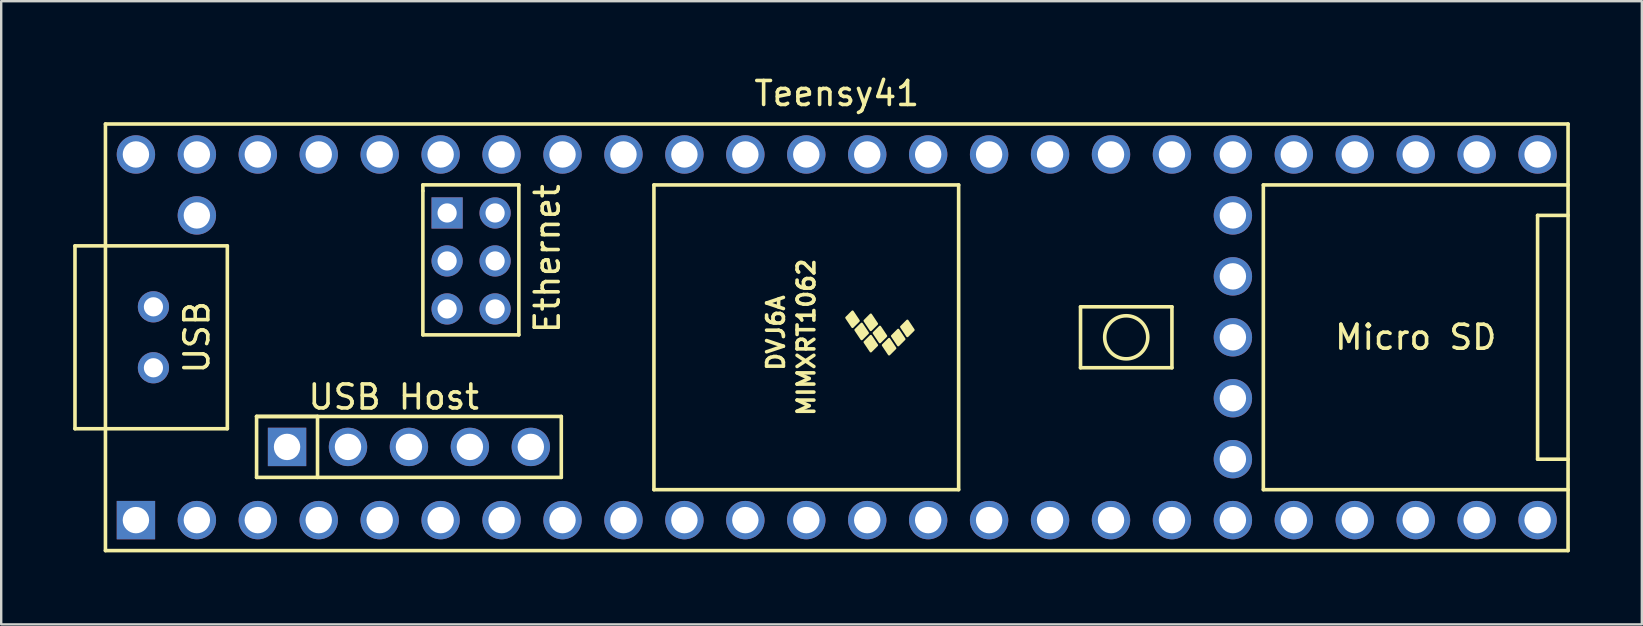
<source format=kicad_pcb>
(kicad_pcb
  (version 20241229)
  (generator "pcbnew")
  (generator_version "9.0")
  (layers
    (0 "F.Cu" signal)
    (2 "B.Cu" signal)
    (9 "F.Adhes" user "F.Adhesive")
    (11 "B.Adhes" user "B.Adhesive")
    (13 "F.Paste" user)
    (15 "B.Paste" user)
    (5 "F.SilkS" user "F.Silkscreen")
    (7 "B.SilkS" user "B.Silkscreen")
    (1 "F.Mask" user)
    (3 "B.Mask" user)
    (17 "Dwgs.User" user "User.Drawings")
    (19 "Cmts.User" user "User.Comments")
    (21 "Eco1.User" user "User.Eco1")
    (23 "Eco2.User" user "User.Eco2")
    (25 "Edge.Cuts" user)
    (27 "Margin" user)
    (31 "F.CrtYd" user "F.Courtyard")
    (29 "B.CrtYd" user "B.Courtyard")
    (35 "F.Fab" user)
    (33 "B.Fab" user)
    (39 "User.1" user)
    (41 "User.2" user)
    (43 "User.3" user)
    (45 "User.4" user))
  (footprint "Teensy41"
    (layer "F.Cu")
    (at 31.825 11.008)
    (property "Reference" "Teensy41" (at 0 -10.16 0) (layer "F.SilkS") (effects (font (size 1 1) (thickness 0.15))))
    (attr through_hole)
    (fp_line (start -31.75 -3.81) (end -30.48 -3.81) (stroke (width 0.15) (type solid)) (layer "F.SilkS"))
    (fp_line (start -31.75 3.81) (end -31.75 -3.81) (stroke (width 0.15) (type solid)) (layer "F.SilkS"))
    (fp_line (start -30.48 -8.89) (end 30.48 -8.89) (stroke (width 0.15) (type solid)) (layer "F.SilkS"))
    (fp_line (start -30.48 3.81) (end -31.75 3.81) (stroke (width 0.15) (type solid)) (layer "F.SilkS"))
    (fp_line (start -30.48 8.89) (end -30.48 -8.89) (stroke (width 0.15) (type solid)) (layer "F.SilkS"))
    (fp_line (start -25.4 -3.81) (end -30.48 -3.81) (stroke (width 0.15) (type solid)) (layer "F.SilkS"))
    (fp_line (start -25.4 3.81) (end -30.48 3.81) (stroke (width 0.15) (type solid)) (layer "F.SilkS"))
    (fp_line (start -25.4 3.81) (end -25.4 -3.81) (stroke (width 0.15) (type solid)) (layer "F.SilkS"))
    (fp_line (start -24.181 3.299) (end -21.641 3.299) (stroke (width 0.15) (type solid)) (layer "F.SilkS"))
    (fp_line (start -24.181 3.299) (end -11.481 3.299) (stroke (width 0.15) (type solid)) (layer "F.SilkS"))
    (fp_line (start -24.181 5.839) (end -24.181 3.299) (stroke (width 0.15) (type solid)) (layer "F.SilkS"))
    (fp_line (start -21.641 3.299) (end -21.641 5.839) (stroke (width 0.15) (type solid)) (layer "F.SilkS"))
    (fp_line (start -17.25 -6.352) (end -17.25 -6.102) (stroke (width 0.15) (type solid)) (layer "F.SilkS"))
    (fp_line (start -17.25 -6.102) (end -17.25 -0.102) (stroke (width 0.15) (type solid)) (layer "F.SilkS"))
    (fp_line (start -17.25 -0.102) (end -13.25 -0.102) (stroke (width 0.15) (type solid)) (layer "F.SilkS"))
    (fp_line (start -13.25 -6.352) (end -17.25 -6.352) (stroke (width 0.15) (type solid)) (layer "F.SilkS"))
    (fp_line (start -13.25 -0.102) (end -13.25 -6.352) (stroke (width 0.15) (type solid)) (layer "F.SilkS"))
    (fp_line (start -11.481 3.299) (end -11.481 5.839) (stroke (width 0.15) (type solid)) (layer "F.SilkS"))
    (fp_line (start -11.481 5.839) (end -24.181 5.839) (stroke (width 0.15) (type solid)) (layer "F.SilkS"))
    (fp_line (start -7.62 -6.35) (end -7.62 6.35) (stroke (width 0.15) (type solid)) (layer "F.SilkS"))
    (fp_line (start -7.62 6.35) (end 5.08 6.35) (stroke (width 0.15) (type solid)) (layer "F.SilkS"))
    (fp_line (start 5.08 -6.35) (end -7.62 -6.35) (stroke (width 0.15) (type solid)) (layer "F.SilkS"))
    (fp_line (start 5.08 6.35) (end 5.08 -6.35) (stroke (width 0.15) (type solid)) (layer "F.SilkS"))
    (fp_line (start 10.16 -1.27) (end 13.97 -1.27) (stroke (width 0.15) (type solid)) (layer "F.SilkS"))
    (fp_line (start 10.16 1.27) (end 10.16 -1.27) (stroke (width 0.15) (type solid)) (layer "F.SilkS"))
    (fp_line (start 13.97 -1.27) (end 13.97 1.27) (stroke (width 0.15) (type solid)) (layer "F.SilkS"))
    (fp_line (start 13.97 1.27) (end 10.16 1.27) (stroke (width 0.15) (type solid)) (layer "F.SilkS"))
    (fp_line (start 17.78 -6.35) (end 17.78 6.35) (stroke (width 0.15) (type solid)) (layer "F.SilkS"))
    (fp_line (start 17.78 6.35) (end 30.48 6.35) (stroke (width 0.15) (type solid)) (layer "F.SilkS"))
    (fp_line (start 29.21 -5.08) (end 29.21 5.08) (stroke (width 0.15) (type solid)) (layer "F.SilkS"))
    (fp_line (start 29.21 5.08) (end 30.48 5.08) (stroke (width 0.15) (type solid)) (layer "F.SilkS"))
    (fp_line (start 30.48 -8.89) (end 30.48 8.89) (stroke (width 0.15) (type solid)) (layer "F.SilkS"))
    (fp_line (start 30.48 -6.35) (end 17.78 -6.35) (stroke (width 0.15) (type solid)) (layer "F.SilkS"))
    (fp_line (start 30.48 -5.08) (end 29.21 -5.08) (stroke (width 0.15) (type solid)) (layer "F.SilkS"))
    (fp_line (start 30.48 8.89) (end -30.48 8.89) (stroke (width 0.15) (type solid)) (layer "F.SilkS"))
    (fp_circle (center 12.065 0) (end 12.7 -0.635) (stroke (width 0.15) (type solid)) (fill no) (layer "F.SilkS"))
    (fp_poly (pts (xy 0.911 -0.688) (xy 0.657 -0.434) (xy 0.403 -0.815) (xy 0.657 -1.069)) (stroke (width 0.1) (type solid)) (fill yes) (layer "F.SilkS"))
    (fp_poly (pts (xy 1.292 -0.18) (xy 1.038 0.074) (xy 0.784 -0.307) (xy 1.038 -0.561)) (stroke (width 0.1) (type solid)) (fill yes) (layer "F.SilkS"))
    (fp_poly (pts (xy 1.673 -0.561) (xy 1.419 -0.307) (xy 1.165 -0.688) (xy 1.419 -0.942)) (stroke (width 0.1) (type solid)) (fill yes) (layer "F.SilkS"))
    (fp_poly (pts (xy 1.673 0.328) (xy 1.419 0.582) (xy 1.165 0.201) (xy 1.419 -0.053)) (stroke (width 0.1) (type solid)) (fill yes) (layer "F.SilkS"))
    (fp_poly (pts (xy 2.054 -0.053) (xy 1.8 0.201) (xy 1.546 -0.18) (xy 1.8 -0.434)) (stroke (width 0.1) (type solid)) (fill yes) (layer "F.SilkS"))
    (fp_poly (pts (xy 2.435 0.455) (xy 2.181 0.709) (xy 1.927 0.328) (xy 2.181 0.074)) (stroke (width 0.1) (type solid)) (fill yes) (layer "F.SilkS"))
    (fp_poly (pts (xy 2.816 0.074) (xy 2.562 0.328) (xy 2.308 -0.053) (xy 2.562 -0.307)) (stroke (width 0.1) (type solid)) (fill yes) (layer "F.SilkS"))
    (fp_poly (pts (xy 3.197 -0.307) (xy 2.943 -0.053) (xy 2.689 -0.434) (xy 2.943 -0.688)) (stroke (width 0.1) (type solid)) (fill yes) (layer "F.SilkS"))
    (fp_text user "USB Host" (at -18.466 2.489 0) (layer "F.SilkS") (effects (font (size 1 1) (thickness 0.15))))
    (fp_text user "Micro SD" (at 24.13 0 0) (layer "F.SilkS") (effects (font (size 1 1) (thickness 0.15))))
    (fp_text user "USB" (at -26.67 0 270) (layer "F.SilkS") (effects (font (size 1 1) (thickness 0.15))))
    (fp_text user "Ethernet" (at -12.065 -3.277 90) (layer "F.SilkS") (effects (font (size 1 1) (thickness 0.15))))
    (fp_text user "DVJ6A" (at -2.54 -0.18 270) (layer "F.SilkS") (effects (font (size 0.7 0.7) (thickness 0.15))))
    (fp_text user "MIMXRT1062" (at -1.27 0 270) (layer "F.SilkS") (effects (font (size 0.7 0.7) (thickness 0.15))))
    (pad "1" thru_hole rect (at -29.21 7.62) (size 1.6 1.6) (drill 1.1) (layers "*.Cu" "*.Mask"))
    (pad "2" thru_hole circle (at -26.67 7.62) (size 1.6 1.6) (drill 1.1) (layers "*.Cu" "*.Mask"))
    (pad "3" thru_hole circle (at -24.13 7.62) (size 1.6 1.6) (drill 1.1) (layers "*.Cu" "*.Mask"))
    (pad "4" thru_hole circle (at -21.59 7.62) (size 1.6 1.6) (drill 1.1) (layers "*.Cu" "*.Mask"))
    (pad "5" thru_hole circle (at -19.05 7.62) (size 1.6 1.6) (drill 1.1) (layers "*.Cu" "*.Mask"))
    (pad "6" thru_hole circle (at -16.51 7.62) (size 1.6 1.6) (drill 1.1) (layers "*.Cu" "*.Mask"))
    (pad "7" thru_hole circle (at -13.97 7.62) (size 1.6 1.6) (drill 1.1) (layers "*.Cu" "*.Mask"))
    (pad "8" thru_hole circle (at -11.43 7.62) (size 1.6 1.6) (drill 1.1) (layers "*.Cu" "*.Mask"))
    (pad "9" thru_hole circle (at -8.89 7.62) (size 1.6 1.6) (drill 1.1) (layers "*.Cu" "*.Mask"))
    (pad "10" thru_hole circle (at -6.35 7.62) (size 1.6 1.6) (drill 1.1) (layers "*.Cu" "*.Mask"))
    (pad "11" thru_hole circle (at -3.81 7.62) (size 1.6 1.6) (drill 1.1) (layers "*.Cu" "*.Mask"))
    (pad "12" thru_hole circle (at -1.27 7.62) (size 1.6 1.6) (drill 1.1) (layers "*.Cu" "*.Mask"))
    (pad "13" thru_hole circle (at 1.27 7.62) (size 1.6 1.6) (drill 1.1) (layers "*.Cu" "*.Mask"))
    (pad "14" thru_hole circle (at 3.81 7.62) (size 1.6 1.6) (drill 1.1) (layers "*.Cu" "*.Mask"))
    (pad "15" thru_hole circle (at 6.35 7.62) (size 1.6 1.6) (drill 1.1) (layers "*.Cu" "*.Mask"))
    (pad "16" thru_hole circle (at 8.89 7.62) (size 1.6 1.6) (drill 1.1) (layers "*.Cu" "*.Mask"))
    (pad "17" thru_hole circle (at 11.43 7.62) (size 1.6 1.6) (drill 1.1) (layers "*.Cu" "*.Mask"))
    (pad "18" thru_hole circle (at 13.97 7.62) (size 1.6 1.6) (drill 1.1) (layers "*.Cu" "*.Mask"))
    (pad "19" thru_hole circle (at 16.51 7.62) (size 1.6 1.6) (drill 1.1) (layers "*.Cu" "*.Mask"))
    (pad "20" thru_hole circle (at 19.05 7.62) (size 1.6 1.6) (drill 1.1) (layers "*.Cu" "*.Mask"))
    (pad "21" thru_hole circle (at 21.59 7.62) (size 1.6 1.6) (drill 1.1) (layers "*.Cu" "*.Mask"))
    (pad "22" thru_hole circle (at 24.13 7.62) (size 1.6 1.6) (drill 1.1) (layers "*.Cu" "*.Mask"))
    (pad "23" thru_hole circle (at 26.67 7.62) (size 1.6 1.6) (drill 1.1) (layers "*.Cu" "*.Mask"))
    (pad "24" thru_hole circle (at 29.21 7.62) (size 1.6 1.6) (drill 1.1) (layers "*.Cu" "*.Mask"))
    (pad "25" thru_hole circle (at 29.21 -7.62) (size 1.6 1.6) (drill 1.1) (layers "*.Cu" "*.Mask"))
    (pad "26" thru_hole circle (at 26.67 -7.62) (size 1.6 1.6) (drill 1.1) (layers "*.Cu" "*.Mask"))
    (pad "27" thru_hole circle (at 24.13 -7.62) (size 1.6 1.6) (drill 1.1) (layers "*.Cu" "*.Mask"))
    (pad "28" thru_hole circle (at 21.59 -7.62) (size 1.6 1.6) (drill 1.1) (layers "*.Cu" "*.Mask"))
    (pad "29" thru_hole circle (at 19.05 -7.62) (size 1.6 1.6) (drill 1.1) (layers "*.Cu" "*.Mask"))
    (pad "30" thru_hole circle (at 16.51 -7.62) (size 1.6 1.6) (drill 1.1) (layers "*.Cu" "*.Mask"))
    (pad "31" thru_hole circle (at 13.97 -7.62) (size 1.6 1.6) (drill 1.1) (layers "*.Cu" "*.Mask"))
    (pad "32" thru_hole circle (at 11.43 -7.62) (size 1.6 1.6) (drill 1.1) (layers "*.Cu" "*.Mask"))
    (pad "33" thru_hole circle (at 8.89 -7.62) (size 1.6 1.6) (drill 1.1) (layers "*.Cu" "*.Mask"))
    (pad "34" thru_hole circle (at 6.35 -7.62) (size 1.6 1.6) (drill 1.1) (layers "*.Cu" "*.Mask"))
    (pad "35" thru_hole circle (at 3.81 -7.62) (size 1.6 1.6) (drill 1.1) (layers "*.Cu" "*.Mask"))
    (pad "36" thru_hole circle (at 1.27 -7.62) (size 1.6 1.6) (drill 1.1) (layers "*.Cu" "*.Mask"))
    (pad "37" thru_hole circle (at -1.27 -7.62) (size 1.6 1.6) (drill 1.1) (layers "*.Cu" "*.Mask"))
    (pad "38" thru_hole circle (at -3.81 -7.62) (size 1.6 1.6) (drill 1.1) (layers "*.Cu" "*.Mask"))
    (pad "39" thru_hole circle (at -6.35 -7.62) (size 1.6 1.6) (drill 1.1) (layers "*.Cu" "*.Mask"))
    (pad "40" thru_hole circle (at -8.89 -7.62) (size 1.6 1.6) (drill 1.1) (layers "*.Cu" "*.Mask"))
    (pad "41" thru_hole circle (at -11.43 -7.62) (size 1.6 1.6) (drill 1.1) (layers "*.Cu" "*.Mask"))
    (pad "42" thru_hole circle (at -13.97 -7.62) (size 1.6 1.6) (drill 1.1) (layers "*.Cu" "*.Mask"))
    (pad "43" thru_hole circle (at -16.51 -7.62) (size 1.6 1.6) (drill 1.1) (layers "*.Cu" "*.Mask"))
    (pad "44" thru_hole circle (at -19.05 -7.62) (size 1.6 1.6) (drill 1.1) (layers "*.Cu" "*.Mask"))
    (pad "45" thru_hole circle (at -21.59 -7.62) (size 1.6 1.6) (drill 1.1) (layers "*.Cu" "*.Mask"))
    (pad "46" thru_hole circle (at -24.13 -7.62) (size 1.6 1.6) (drill 1.1) (layers "*.Cu" "*.Mask"))
    (pad "47" thru_hole circle (at -26.67 -7.62) (size 1.6 1.6) (drill 1.1) (layers "*.Cu" "*.Mask"))
    (pad "48" thru_hole circle (at -29.21 -7.62) (size 1.6 1.6) (drill 1.1) (layers "*.Cu" "*.Mask"))
    (pad "49" thru_hole circle (at -26.67 -5.08) (size 1.6 1.6) (drill 1.1) (layers "*.Cu" "*.Mask"))
    (pad "50" thru_hole circle (at 16.51 5.08) (size 1.6 1.6) (drill 1.1) (layers "*.Cu" "*.Mask"))
    (pad "51" thru_hole circle (at 16.51 2.54) (size 1.6 1.6) (drill 1.1) (layers "*.Cu" "*.Mask"))
    (pad "52" thru_hole circle (at 16.51 0) (size 1.6 1.6) (drill 1.1) (layers "*.Cu" "*.Mask"))
    (pad "53" thru_hole circle (at 16.51 -2.54) (size 1.6 1.6) (drill 1.1) (layers "*.Cu" "*.Mask"))
    (pad "54" thru_hole circle (at 16.51 -5.08) (size 1.6 1.6) (drill 1.1) (layers "*.Cu" "*.Mask"))
    (pad "55" thru_hole rect (at -22.911 4.569) (size 1.6 1.6) (drill 1.1) (layers "*.Cu" "*.Mask"))
    (pad "56" thru_hole circle (at -20.371 4.569) (size 1.6 1.6) (drill 1.1) (layers "*.Cu" "*.Mask"))
    (pad "57" thru_hole circle (at -17.831 4.569) (size 1.6 1.6) (drill 1.1) (layers "*.Cu" "*.Mask"))
    (pad "58" thru_hole circle (at -15.291 4.569) (size 1.6 1.6) (drill 1.1) (layers "*.Cu" "*.Mask"))
    (pad "59" thru_hole circle (at -12.751 4.569) (size 1.6 1.6) (drill 1.1) (layers "*.Cu" "*.Mask"))
    (pad "60" thru_hole rect (at -16.24 -5.182) (size 1.3 1.3) (drill 0.8) (layers "*.Cu" "*.Mask"))
    (pad "61" thru_hole circle (at -16.24 -3.182) (size 1.3 1.3) (drill 0.8) (layers "*.Cu" "*.Mask"))
    (pad "62" thru_hole circle (at -16.24 -1.182) (size 1.3 1.3) (drill 0.8) (layers "*.Cu" "*.Mask"))
    (pad "63" thru_hole circle (at -14.24 -1.182) (size 1.3 1.3) (drill 0.8) (layers "*.Cu" "*.Mask"))
    (pad "64" thru_hole circle (at -14.24 -3.182) (size 1.3 1.3) (drill 0.8) (layers "*.Cu" "*.Mask"))
    (pad "65" thru_hole circle (at -14.24 -5.182) (size 1.3 1.3) (drill 0.8) (layers "*.Cu" "*.Mask"))
    (pad "66" thru_hole circle (at -28.48 -1.27) (size 1.3 1.3) (drill 0.8) (layers "*.Cu" "*.Mask"))
    (pad "67" thru_hole circle (at -28.48 1.27) (size 1.3 1.3) (drill 0.8) (layers "*.Cu" "*.Mask")))
  (gr_rect
    (start -3 -3)
    (end 65.38 22.973)
    (stroke (width 0.1) (type default))
    (fill no)
    (layer "Edge.Cuts")))
</source>
